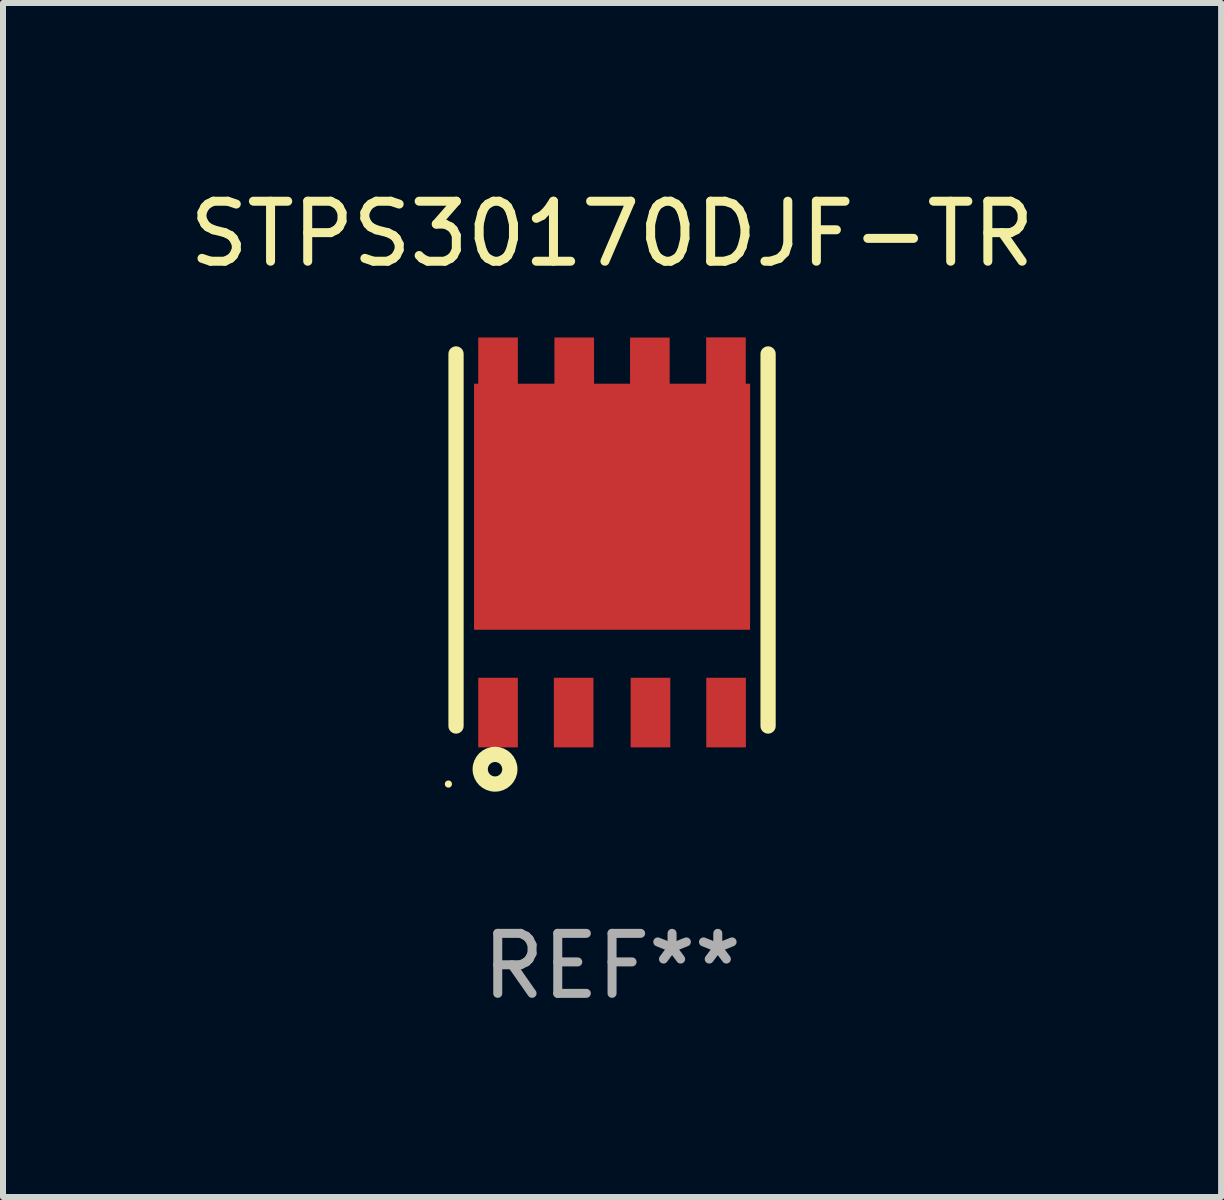
<source format=kicad_pcb>
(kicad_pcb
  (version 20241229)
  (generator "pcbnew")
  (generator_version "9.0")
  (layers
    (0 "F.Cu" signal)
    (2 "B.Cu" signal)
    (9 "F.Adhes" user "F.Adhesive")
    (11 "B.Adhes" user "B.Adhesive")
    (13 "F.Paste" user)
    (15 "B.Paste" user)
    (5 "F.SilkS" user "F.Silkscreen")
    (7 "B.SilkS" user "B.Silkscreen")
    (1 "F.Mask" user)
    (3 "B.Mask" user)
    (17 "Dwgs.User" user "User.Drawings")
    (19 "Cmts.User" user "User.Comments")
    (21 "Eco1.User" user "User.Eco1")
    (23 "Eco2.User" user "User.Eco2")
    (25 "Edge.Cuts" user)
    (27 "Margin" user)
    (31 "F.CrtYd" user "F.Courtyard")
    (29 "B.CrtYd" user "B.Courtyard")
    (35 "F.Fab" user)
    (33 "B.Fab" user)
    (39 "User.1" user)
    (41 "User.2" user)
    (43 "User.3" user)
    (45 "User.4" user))
  (footprint "STPS30170DJF-TR"
    (layer "F.Cu")
    (at 7.149 5.948)
    (property "Reference" "STPS30170DJF-TR" (at 0 -5.1 0) (layer "F.SilkS") (effects (font (size 1 1) (thickness 0.15))))
    (attr through_hole)
    (fp_line (start -2.6 -3.1) (end -2.6 3.1) (stroke (width 0.254) (type solid)) (layer "F.SilkS"))
    (fp_line (start 2.6 3.1) (end 2.6 -3.1) (stroke (width 0.254) (type solid)) (layer "F.SilkS"))
    (fp_circle (center -2.727 4.067) (end -2.697 4.067) (stroke (width 0.06) (type solid)) (fill no) (layer "F.SilkS"))
    (fp_circle (center -1.95 3.82) (end -1.83 3.82) (stroke (width 0.254) (type solid)) (fill no) (layer "F.SilkS"))
    (fp_text user "REF**" (at 0 7.1 0) (layer "F.Fab") (effects (font (size 1 1) (thickness 0.15))))
    (pad "1" smd rect (at -1.9 2.876 180) (size 0.66 1.16) (layers "F.Cu" "F.Mask" "F.Paste"))
    (pad "2" smd rect (at -0.64 2.876 180) (size 0.66 1.16) (layers "F.Cu" "F.Mask" "F.Paste"))
    (pad "3" smd rect (at 0.64 2.876 180) (size 0.66 1.16) (layers "F.Cu" "F.Mask" "F.Paste"))
    (pad "4" smd rect (at 1.9 2.876 180) (size 0.66 1.16) (layers "F.Cu" "F.Mask" "F.Paste"))
    (pad "5" smd rect (at 1.898 -2.876 180) (size 0.66 1) (layers "F.Cu" "F.Mask" "F.Paste"))
    (pad "6" smd rect (at 0.63 -2.873 180) (size 0.66 1) (layers "F.Cu" "F.Mask" "F.Paste"))
    (pad "7" smd rect (at -0.63 -2.874 180) (size 0.66 1) (layers "F.Cu" "F.Mask" "F.Paste"))
    (pad "8" smd rect (at -1.9 -2.874 180) (size 0.66 1) (layers "F.Cu" "F.Mask" "F.Paste"))
    (pad "8" smd rect (at 0.000127 -0.554 180) (size 4.6 4.1) (layers "F.Cu" "F.Mask" "F.Paste")))
  (gr_rect
    (start -3 -3)
    (end 17.298 16.896)
    (stroke (width 0.1) (type default))
    (fill no)
    (layer "Edge.Cuts")))
</source>
